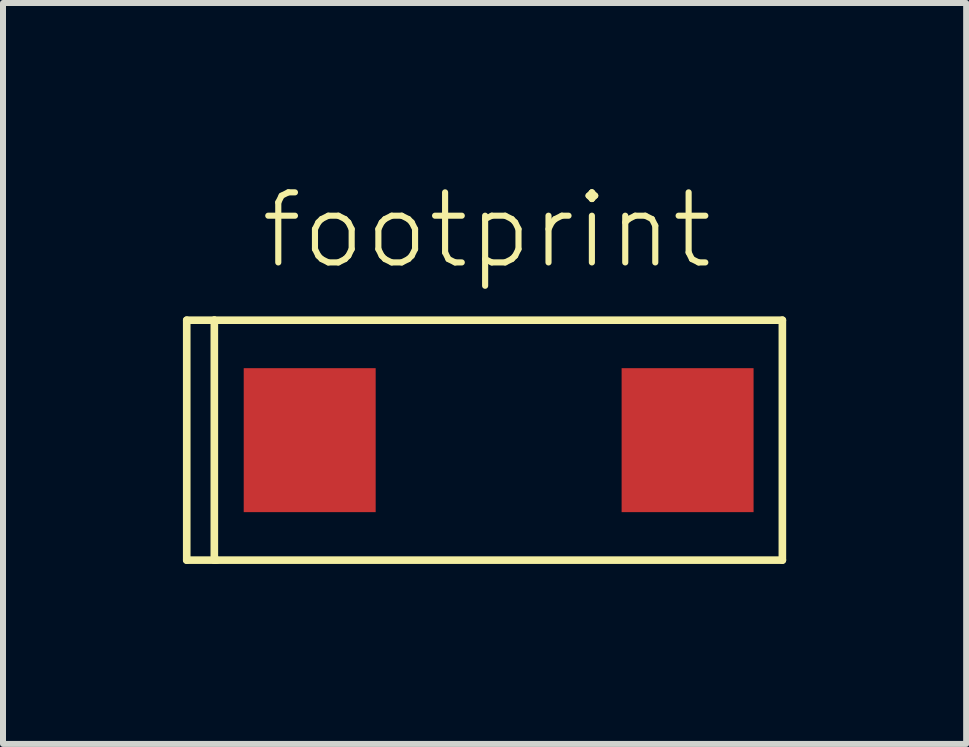
<source format=kicad_pcb>
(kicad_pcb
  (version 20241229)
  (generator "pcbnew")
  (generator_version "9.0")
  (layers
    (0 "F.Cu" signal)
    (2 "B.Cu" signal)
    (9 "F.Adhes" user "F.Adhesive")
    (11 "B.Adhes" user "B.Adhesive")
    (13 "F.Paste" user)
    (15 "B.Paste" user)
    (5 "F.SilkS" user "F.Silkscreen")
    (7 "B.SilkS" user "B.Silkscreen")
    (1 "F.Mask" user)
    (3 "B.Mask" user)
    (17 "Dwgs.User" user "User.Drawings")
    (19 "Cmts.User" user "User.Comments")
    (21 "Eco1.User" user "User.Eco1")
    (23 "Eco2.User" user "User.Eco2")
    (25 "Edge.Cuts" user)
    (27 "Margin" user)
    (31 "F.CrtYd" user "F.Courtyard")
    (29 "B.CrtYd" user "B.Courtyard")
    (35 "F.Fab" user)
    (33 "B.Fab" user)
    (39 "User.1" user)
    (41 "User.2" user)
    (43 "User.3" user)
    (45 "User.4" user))
  (footprint "footprint"
    (layer "F.Cu")
    (at 5.263 4.288)
    (property "Reference" "footprint" (at -4.019 -2.815 0) (layer "F.SilkS") (effects (font (size 1.168 1.168) (thickness 0.102)) (justify left bottom)))
    (fp_line (start -5.2 -2) (end -5.2 2) (stroke (width 0.127) (type solid)) (layer "F.SilkS"))
    (fp_line (start -5.2 2) (end -4.74 2) (stroke (width 0.127) (type solid)) (layer "F.SilkS"))
    (fp_line (start -4.74 -2) (end -5.2 -2) (stroke (width 0.127) (type solid)) (layer "F.SilkS"))
    (fp_line (start -4.74 -2) (end 4.73 -2) (stroke (width 0.127) (type solid)) (layer "F.SilkS"))
    (fp_line (start -4.74 2) (end -4.74 -2) (stroke (width 0.127) (type solid)) (layer "F.SilkS"))
    (fp_line (start -4.7 2) (end -4.74 2) (stroke (width 0.127) (type solid)) (layer "F.SilkS"))
    (fp_line (start 4.73 -2) (end 4.73 2) (stroke (width 0.127) (type solid)) (layer "F.SilkS"))
    (fp_line (start 4.73 2) (end -4.7 2) (stroke (width 0.127) (type solid)) (layer "F.SilkS"))
    (pad "1" smd rect (at -3.15 0) (size 2.2 2.4) (layers "F.Cu" "F.Mask" "F.Paste"))
    (pad "2" smd rect (at 3.15 0) (size 2.2 2.4) (layers "F.Cu" "F.Mask" "F.Paste")))
  (gr_rect
    (start -3 -3)
    (end 13.057 9.352)
    (stroke (width 0.1) (type default))
    (fill no)
    (layer "Edge.Cuts")))
</source>
